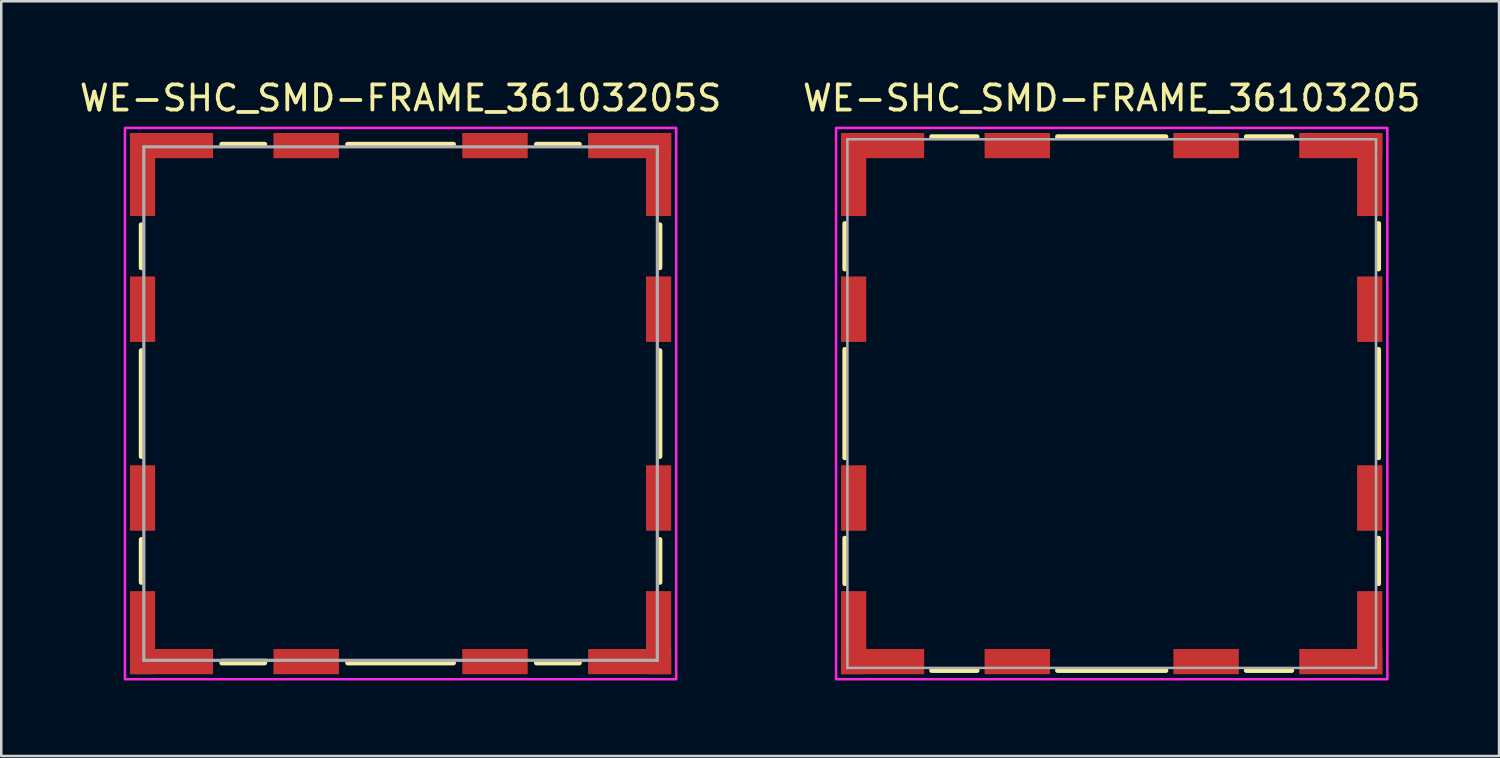
<source format=kicad_pcb>
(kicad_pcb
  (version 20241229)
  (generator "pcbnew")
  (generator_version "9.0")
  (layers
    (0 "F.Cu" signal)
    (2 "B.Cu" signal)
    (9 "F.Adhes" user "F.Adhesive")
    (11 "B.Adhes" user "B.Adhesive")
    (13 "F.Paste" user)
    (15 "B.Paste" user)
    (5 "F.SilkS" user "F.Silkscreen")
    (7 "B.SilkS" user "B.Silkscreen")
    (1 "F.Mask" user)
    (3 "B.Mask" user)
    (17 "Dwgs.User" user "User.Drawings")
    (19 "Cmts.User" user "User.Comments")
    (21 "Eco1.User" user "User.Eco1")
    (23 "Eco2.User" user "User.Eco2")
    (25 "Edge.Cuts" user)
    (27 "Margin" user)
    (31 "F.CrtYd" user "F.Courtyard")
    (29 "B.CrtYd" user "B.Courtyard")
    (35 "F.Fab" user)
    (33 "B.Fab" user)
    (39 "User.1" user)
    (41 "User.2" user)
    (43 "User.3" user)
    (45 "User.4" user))
  (footprint "WE-SHC_SMD-FRAME_36103205S"
    (layer "F.Cu")
    (at 12.863 12.983)
    (property "Reference" "WE-SHC_SMD-FRAME_36103205S" (at 0 -12.135 0) (layer "F.SilkS") (effects (font (size 1 1) (thickness 0.15))))
    (attr smd)
    (fp_line (start -10.3 -5.4) (end -10.3 -7.1) (stroke (width 0.2) (type solid)) (layer "F.SilkS"))
    (fp_line (start -10.3 2.1) (end -10.3 -2.1) (stroke (width 0.2) (type solid)) (layer "F.SilkS"))
    (fp_line (start -10.3 7.1) (end -10.3 5.4) (stroke (width 0.2) (type solid)) (layer "F.SilkS"))
    (fp_line (start -7.1 -10.3) (end -5.4 -10.3) (stroke (width 0.2) (type solid)) (layer "F.SilkS"))
    (fp_line (start -7.1 10.2) (end -5.3 10.2) (stroke (width 0.127) (type solid)) (layer "F.SilkS"))
    (fp_line (start -5.4 10.3) (end -7.1 10.3) (stroke (width 0.2) (type solid)) (layer "F.SilkS"))
    (fp_line (start -2.1 -10.3) (end 2.1 -10.3) (stroke (width 0.2) (type solid)) (layer "F.SilkS"))
    (fp_line (start 2.1 10.3) (end -2.1 10.3) (stroke (width 0.2) (type solid)) (layer "F.SilkS"))
    (fp_line (start 5.4 -10.3) (end 7.1 -10.3) (stroke (width 0.2) (type solid)) (layer "F.SilkS"))
    (fp_line (start 7.1 10.3) (end 5.4 10.3) (stroke (width 0.2) (type solid)) (layer "F.SilkS"))
    (fp_line (start 10.3 -7.1) (end 10.3 -5.4) (stroke (width 0.2) (type solid)) (layer "F.SilkS"))
    (fp_line (start 10.3 -2.1) (end 10.3 2.1) (stroke (width 0.2) (type solid)) (layer "F.SilkS"))
    (fp_line (start 10.3 5.4) (end 10.3 7.1) (stroke (width 0.2) (type solid)) (layer "F.SilkS"))
    (fp_poly (pts (xy -10.95 -10.95) (xy 10.95 -10.95) (xy 10.95 10.95) (xy -10.95 10.95)) (stroke (width 0.1) (type solid)) (fill no) (layer "F.CrtYd"))
    (fp_line (start -10.2 -10.2) (end 10.2 -10.2) (stroke (width 0.127) (type solid)) (layer "F.Fab"))
    (fp_line (start -10.2 10.2) (end -10.2 -10.2) (stroke (width 0.127) (type solid)) (layer "F.Fab"))
    (fp_line (start 10.2 -10.2) (end 10.2 10.2) (stroke (width 0.127) (type solid)) (layer "F.Fab"))
    (fp_line (start 10.2 10.2) (end -10.2 10.2) (stroke (width 0.127) (type solid)) (layer "F.Fab"))
    (pad "1" smd rect (at -3.75 -10.25) (size 2.6 1) (layers "F.Cu" "F.Mask" "F.Paste"))
    (pad "2" smd rect (at 3.75 -10.25) (size 2.6 1) (layers "F.Cu" "F.Mask" "F.Paste"))
    (pad "3" smd rect (at -10.25 -3.75) (size 1 2.6) (layers "F.Cu" "F.Mask" "F.Paste"))
    (pad "4" smd rect (at -10.25 3.75) (size 1 2.6) (layers "F.Cu" "F.Mask" "F.Paste"))
    (pad "5" smd rect (at 10.25 3.75) (size 1 2.6) (layers "F.Cu" "F.Mask" "F.Paste"))
    (pad "6" smd rect (at 10.25 -3.75) (size 1 2.6) (layers "F.Cu" "F.Mask" "F.Paste"))
    (pad "7" smd rect (at -3.75 10.25) (size 2.6 1) (layers "F.Cu" "F.Mask" "F.Paste"))
    (pad "8" smd rect (at 3.75 10.25) (size 2.6 1) (layers "F.Cu" "F.Mask" "F.Paste"))
    (pad "9" smd rect (at -9.1 -10.25) (size 3.3 1) (layers "F.Cu" "F.Mask" "F.Paste"))
    (pad "10" smd rect (at -10.25 -9.1) (size 1 3.3) (layers "F.Cu" "F.Mask" "F.Paste"))
    (pad "11" smd rect (at 9.1 -10.25) (size 3.3 1) (layers "F.Cu" "F.Mask" "F.Paste"))
    (pad "12" smd rect (at 10.25 -9.1) (size 1 3.3) (layers "F.Cu" "F.Mask" "F.Paste"))
    (pad "13" smd rect (at -9.1 10.25) (size 3.3 1) (layers "F.Cu" "F.Mask" "F.Paste"))
    (pad "14" smd rect (at -10.25 9.1) (size 1 3.3) (layers "F.Cu" "F.Mask" "F.Paste"))
    (pad "15" smd rect (at 9.1 10.25) (size 3.3 1) (layers "F.Cu" "F.Mask" "F.Paste"))
    (pad "16" smd rect (at 10.25 9.1) (size 1 3.3) (layers "F.Cu" "F.Mask" "F.Paste")))
  (footprint "WE-SHC_SMD-FRAME_36103205"
    (layer "F.Cu")
    (at 41.113 12.983)
    (property "Reference" "WE-SHC_SMD-FRAME_36103205" (at 0 -12.135 0) (layer "F.SilkS") (effects (font (size 1 1) (thickness 0.15))))
    (attr smd)
    (fp_line (start -10.6 -5.35) (end -10.6 -7.15) (stroke (width 0.2) (type solid)) (layer "F.SilkS"))
    (fp_line (start -10.6 2.15) (end -10.6 -2.15) (stroke (width 0.2) (type solid)) (layer "F.SilkS"))
    (fp_line (start -10.6 7.15) (end -10.6 5.35) (stroke (width 0.2) (type solid)) (layer "F.SilkS"))
    (fp_line (start -7.15 -10.6) (end -5.35 -10.6) (stroke (width 0.2) (type solid)) (layer "F.SilkS"))
    (fp_line (start -5.35 10.6) (end -7.15 10.6) (stroke (width 0.2) (type solid)) (layer "F.SilkS"))
    (fp_line (start -2.15 -10.6) (end 2.15 -10.6) (stroke (width 0.2) (type solid)) (layer "F.SilkS"))
    (fp_line (start 2.15 10.6) (end -2.15 10.6) (stroke (width 0.2) (type solid)) (layer "F.SilkS"))
    (fp_line (start 5.35 -10.6) (end 7.15 -10.6) (stroke (width 0.2) (type solid)) (layer "F.SilkS"))
    (fp_line (start 7.15 10.6) (end 5.35 10.6) (stroke (width 0.2) (type solid)) (layer "F.SilkS"))
    (fp_line (start 10.6 -7.15) (end 10.6 -5.35) (stroke (width 0.2) (type solid)) (layer "F.SilkS"))
    (fp_line (start 10.6 -2.15) (end 10.6 2.15) (stroke (width 0.2) (type solid)) (layer "F.SilkS"))
    (fp_line (start 10.6 5.35) (end 10.6 7.15) (stroke (width 0.2) (type solid)) (layer "F.SilkS"))
    (fp_poly (pts (xy -10.95 -10.95) (xy 10.95 -10.95) (xy 10.95 10.95) (xy -10.95 10.95)) (stroke (width 0.1) (type solid)) (fill no) (layer "F.CrtYd"))
    (fp_line (start -10.5 -10.5) (end -10.5 10.5) (stroke (width 0.1) (type solid)) (layer "F.Fab"))
    (fp_line (start -10.5 10.5) (end 10.5 10.5) (stroke (width 0.1) (type solid)) (layer "F.Fab"))
    (fp_line (start 10.5 -10.5) (end -10.5 -10.5) (stroke (width 0.1) (type solid)) (layer "F.Fab"))
    (fp_line (start 10.5 10.5) (end 10.5 -10.5) (stroke (width 0.1) (type solid)) (layer "F.Fab"))
    (pad "1" smd rect (at 9.1 -10.25) (size 3.3 1) (layers "F.Cu" "F.Mask" "F.Paste"))
    (pad "2" smd rect (at 10.25 -9.1) (size 1 3.3) (layers "F.Cu" "F.Mask" "F.Paste"))
    (pad "3" smd rect (at 10.25 -3.75) (size 1 2.6) (layers "F.Cu" "F.Mask" "F.Paste"))
    (pad "4" smd rect (at 10.25 3.75) (size 1 2.6) (layers "F.Cu" "F.Mask" "F.Paste"))
    (pad "5" smd rect (at 10.25 9.1) (size 1 3.3) (layers "F.Cu" "F.Mask" "F.Paste"))
    (pad "6" smd rect (at 9.1 10.25) (size 3.3 1) (layers "F.Cu" "F.Mask" "F.Paste"))
    (pad "7" smd rect (at 3.75 10.25) (size 2.6 1) (layers "F.Cu" "F.Mask" "F.Paste"))
    (pad "8" smd rect (at -3.75 10.25) (size 2.6 1) (layers "F.Cu" "F.Mask" "F.Paste"))
    (pad "9" smd rect (at -9.1 10.25) (size 3.3 1) (layers "F.Cu" "F.Mask" "F.Paste"))
    (pad "10" smd rect (at -10.25 9.1) (size 1 3.3) (layers "F.Cu" "F.Mask" "F.Paste"))
    (pad "11" smd rect (at -10.25 3.75) (size 1 2.6) (layers "F.Cu" "F.Mask" "F.Paste"))
    (pad "12" smd rect (at -10.25 -3.75) (size 1 2.6) (layers "F.Cu" "F.Mask" "F.Paste"))
    (pad "13" smd rect (at -10.25 -9.1) (size 1 3.3) (layers "F.Cu" "F.Mask" "F.Paste"))
    (pad "14" smd rect (at -9.1 -10.25) (size 3.3 1) (layers "F.Cu" "F.Mask" "F.Paste"))
    (pad "15" smd rect (at -3.75 -10.25) (size 2.6 1) (layers "F.Cu" "F.Mask" "F.Paste"))
    (pad "16" smd rect (at 3.75 -10.25) (size 2.6 1) (layers "F.Cu" "F.Mask" "F.Paste")))
  (gr_rect
    (start -3 -3)
    (end 56.5 26.983)
    (stroke (width 0.1) (type default))
    (fill no)
    (layer "Edge.Cuts")))
</source>
